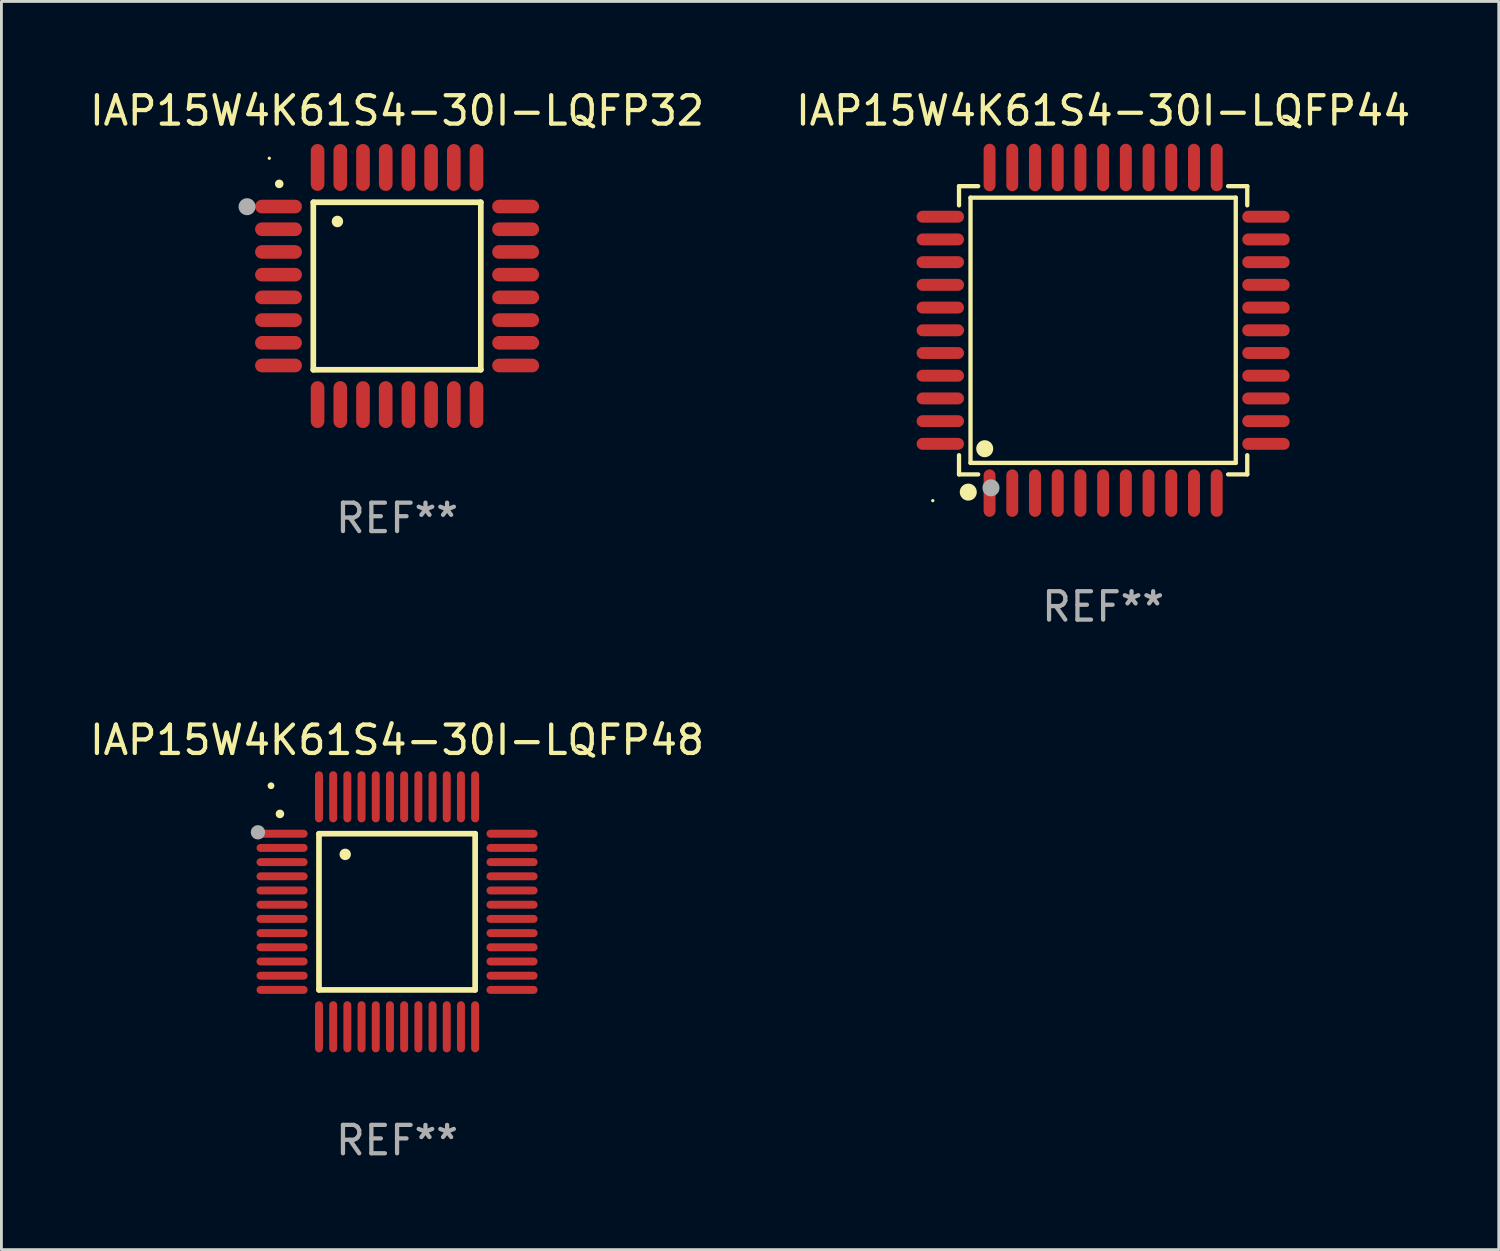
<source format=kicad_pcb>
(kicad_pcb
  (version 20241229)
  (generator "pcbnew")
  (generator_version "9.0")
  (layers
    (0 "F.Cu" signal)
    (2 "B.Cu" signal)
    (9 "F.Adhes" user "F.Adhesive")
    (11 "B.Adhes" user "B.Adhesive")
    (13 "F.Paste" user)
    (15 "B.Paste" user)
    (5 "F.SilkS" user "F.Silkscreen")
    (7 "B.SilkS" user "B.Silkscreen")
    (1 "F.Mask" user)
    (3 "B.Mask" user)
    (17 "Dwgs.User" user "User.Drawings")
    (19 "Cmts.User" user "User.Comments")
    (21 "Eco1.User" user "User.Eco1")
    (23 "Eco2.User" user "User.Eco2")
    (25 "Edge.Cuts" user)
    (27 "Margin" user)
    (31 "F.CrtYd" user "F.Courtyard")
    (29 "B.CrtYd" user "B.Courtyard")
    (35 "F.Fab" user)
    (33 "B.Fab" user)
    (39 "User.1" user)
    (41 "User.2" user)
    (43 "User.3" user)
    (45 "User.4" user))
  (footprint "IAP15W4K61S4-30I-LQFP44"
    (layer "F.Cu")
    (at 35.804 8.583)
    (property "Reference" "IAP15W4K61S4-30I-LQFP44" (at 0 -7.735 0) (layer "F.SilkS") (effects (font (size 1 1) (thickness 0.15))))
    (attr through_hole)
    (fp_line (start -5.076 -5.076) (end -4.401 -5.076) (stroke (width 0.152) (type solid)) (layer "F.SilkS"))
    (fp_line (start -5.076 -4.401) (end -5.076 -5.076) (stroke (width 0.152) (type solid)) (layer "F.SilkS"))
    (fp_line (start -5.076 4.401) (end -5.076 5.076) (stroke (width 0.152) (type solid)) (layer "F.SilkS"))
    (fp_line (start -5.076 5.076) (end -4.401 5.076) (stroke (width 0.152) (type solid)) (layer "F.SilkS"))
    (fp_line (start -4.671 -4.671) (end 4.671 -4.671) (stroke (width 0.152) (type solid)) (layer "F.SilkS"))
    (fp_line (start -4.671 4.671) (end -4.671 -4.671) (stroke (width 0.152) (type solid)) (layer "F.SilkS"))
    (fp_line (start 4.671 -4.671) (end 4.671 4.671) (stroke (width 0.152) (type solid)) (layer "F.SilkS"))
    (fp_line (start 4.671 4.671) (end -4.671 4.671) (stroke (width 0.152) (type solid)) (layer "F.SilkS"))
    (fp_line (start 5.076 -5.076) (end 4.401 -5.076) (stroke (width 0.152) (type solid)) (layer "F.SilkS"))
    (fp_line (start 5.076 -4.401) (end 5.076 -5.076) (stroke (width 0.152) (type solid)) (layer "F.SilkS"))
    (fp_line (start 5.076 4.401) (end 5.076 5.076) (stroke (width 0.152) (type solid)) (layer "F.SilkS"))
    (fp_line (start 5.076 5.076) (end 4.401 5.076) (stroke (width 0.152) (type solid)) (layer "F.SilkS"))
    (fp_circle (center -6 6) (end -5.97 6) (stroke (width 0.06) (type solid)) (fill no) (layer "F.SilkS"))
    (fp_circle (center -4.75 5.7) (end -4.6 5.7) (stroke (width 0.3) (type solid)) (fill no) (layer "F.SilkS"))
    (fp_circle (center -4.171 4.171) (end -4.021 4.171) (stroke (width 0.3) (type solid)) (fill no) (layer "F.SilkS"))
    (fp_circle (center -3.95 5.55) (end -3.8 5.55) (stroke (width 0.3) (type solid)) (fill no) (layer "F.Fab"))
    (fp_text user "REF**" (at 0 9.735 0) (layer "F.Fab") (effects (font (size 1 1) (thickness 0.15))))
    (pad "1" smd oval (at -4 5.735) (size 0.42 1.67) (layers "F.Cu" "F.Mask" "F.Paste"))
    (pad "2" smd oval (at -3.2 5.735) (size 0.42 1.67) (layers "F.Cu" "F.Mask" "F.Paste"))
    (pad "3" smd oval (at -2.4 5.735) (size 0.42 1.67) (layers "F.Cu" "F.Mask" "F.Paste"))
    (pad "4" smd oval (at -1.6 5.735) (size 0.42 1.67) (layers "F.Cu" "F.Mask" "F.Paste"))
    (pad "5" smd oval (at -0.8 5.735) (size 0.42 1.67) (layers "F.Cu" "F.Mask" "F.Paste"))
    (pad "6" smd oval (at 0 5.735) (size 0.42 1.67) (layers "F.Cu" "F.Mask" "F.Paste"))
    (pad "7" smd oval (at 0.8 5.735) (size 0.42 1.67) (layers "F.Cu" "F.Mask" "F.Paste"))
    (pad "8" smd oval (at 1.6 5.735) (size 0.42 1.67) (layers "F.Cu" "F.Mask" "F.Paste"))
    (pad "9" smd oval (at 2.4 5.735) (size 0.42 1.67) (layers "F.Cu" "F.Mask" "F.Paste"))
    (pad "10" smd oval (at 3.2 5.735) (size 0.42 1.67) (layers "F.Cu" "F.Mask" "F.Paste"))
    (pad "11" smd oval (at 4 5.735) (size 0.42 1.67) (layers "F.Cu" "F.Mask" "F.Paste"))
    (pad "12" smd oval (at 5.735 4) (size 1.67 0.42) (layers "F.Cu" "F.Mask" "F.Paste"))
    (pad "13" smd oval (at 5.735 3.2) (size 1.67 0.42) (layers "F.Cu" "F.Mask" "F.Paste"))
    (pad "14" smd oval (at 5.735 2.4) (size 1.67 0.42) (layers "F.Cu" "F.Mask" "F.Paste"))
    (pad "15" smd oval (at 5.735 1.6) (size 1.67 0.42) (layers "F.Cu" "F.Mask" "F.Paste"))
    (pad "16" smd oval (at 5.735 0.8) (size 1.67 0.42) (layers "F.Cu" "F.Mask" "F.Paste"))
    (pad "17" smd oval (at 5.735 0) (size 1.67 0.42) (layers "F.Cu" "F.Mask" "F.Paste"))
    (pad "18" smd oval (at 5.735 -0.8) (size 1.67 0.42) (layers "F.Cu" "F.Mask" "F.Paste"))
    (pad "19" smd oval (at 5.735 -1.6) (size 1.67 0.42) (layers "F.Cu" "F.Mask" "F.Paste"))
    (pad "20" smd oval (at 5.735 -2.4) (size 1.67 0.42) (layers "F.Cu" "F.Mask" "F.Paste"))
    (pad "21" smd oval (at 5.735 -3.2) (size 1.67 0.42) (layers "F.Cu" "F.Mask" "F.Paste"))
    (pad "22" smd oval (at 5.735 -4) (size 1.67 0.42) (layers "F.Cu" "F.Mask" "F.Paste"))
    (pad "23" smd oval (at 4 -5.735) (size 0.42 1.67) (layers "F.Cu" "F.Mask" "F.Paste"))
    (pad "24" smd oval (at 3.2 -5.735) (size 0.42 1.67) (layers "F.Cu" "F.Mask" "F.Paste"))
    (pad "25" smd oval (at 2.4 -5.735) (size 0.42 1.67) (layers "F.Cu" "F.Mask" "F.Paste"))
    (pad "26" smd oval (at 1.6 -5.735) (size 0.42 1.67) (layers "F.Cu" "F.Mask" "F.Paste"))
    (pad "27" smd oval (at 0.8 -5.735) (size 0.42 1.67) (layers "F.Cu" "F.Mask" "F.Paste"))
    (pad "28" smd oval (at 0 -5.735) (size 0.42 1.67) (layers "F.Cu" "F.Mask" "F.Paste"))
    (pad "29" smd oval (at -0.8 -5.735) (size 0.42 1.67) (layers "F.Cu" "F.Mask" "F.Paste"))
    (pad "30" smd oval (at -1.6 -5.735) (size 0.42 1.67) (layers "F.Cu" "F.Mask" "F.Paste"))
    (pad "31" smd oval (at -2.4 -5.735) (size 0.42 1.67) (layers "F.Cu" "F.Mask" "F.Paste"))
    (pad "32" smd oval (at -3.2 -5.735) (size 0.42 1.67) (layers "F.Cu" "F.Mask" "F.Paste"))
    (pad "33" smd oval (at -4 -5.735) (size 0.42 1.67) (layers "F.Cu" "F.Mask" "F.Paste"))
    (pad "34" smd oval (at -5.735 -4) (size 1.67 0.42) (layers "F.Cu" "F.Mask" "F.Paste"))
    (pad "35" smd oval (at -5.735 -3.2) (size 1.67 0.42) (layers "F.Cu" "F.Mask" "F.Paste"))
    (pad "36" smd oval (at -5.735 -2.4) (size 1.67 0.42) (layers "F.Cu" "F.Mask" "F.Paste"))
    (pad "37" smd oval (at -5.735 -1.6) (size 1.67 0.42) (layers "F.Cu" "F.Mask" "F.Paste"))
    (pad "38" smd oval (at -5.735 -0.8) (size 1.67 0.42) (layers "F.Cu" "F.Mask" "F.Paste"))
    (pad "39" smd oval (at -5.735 0) (size 1.67 0.42) (layers "F.Cu" "F.Mask" "F.Paste"))
    (pad "40" smd oval (at -5.735 0.8) (size 1.67 0.42) (layers "F.Cu" "F.Mask" "F.Paste"))
    (pad "41" smd oval (at -5.735 1.6) (size 1.67 0.42) (layers "F.Cu" "F.Mask" "F.Paste"))
    (pad "42" smd oval (at -5.735 2.4) (size 1.67 0.42) (layers "F.Cu" "F.Mask" "F.Paste"))
    (pad "43" smd oval (at -5.735 3.2) (size 1.67 0.42) (layers "F.Cu" "F.Mask" "F.Paste"))
    (pad "44" smd oval (at -5.735 4) (size 1.67 0.42) (layers "F.Cu" "F.Mask" "F.Paste")))
  (footprint "IAP15W4K61S4-30I-LQFP48"
    (layer "F.Cu")
    (at 10.935 29.065)
    (property "Reference" "IAP15W4K61S4-30I-LQFP48" (at 0 -6.05 0) (layer "F.SilkS") (effects (font (size 1 1) (thickness 0.15))))
    (attr through_hole)
    (fp_line (start -2.75 -2.75) (end 2.75 -2.75) (stroke (width 0.2) (type solid)) (layer "F.SilkS"))
    (fp_line (start -2.75 2.75) (end -2.75 -2.75) (stroke (width 0.2) (type solid)) (layer "F.SilkS"))
    (fp_line (start 2.75 -2.75) (end 2.75 2.75) (stroke (width 0.2) (type solid)) (layer "F.SilkS"))
    (fp_line (start 2.75 2.75) (end -2.75 2.75) (stroke (width 0.2) (type solid)) (layer "F.SilkS"))
    (fp_arc (start -4.124968 -3.446787) (mid -4.124973 -3.448057) (end -4.124968 -3.449327) (stroke (width 0.3) (type solid)) (layer "F.SilkS"))
    (fp_arc (start -1.826264 -2.021844) (mid -1.826268 -2.023114) (end -1.826264 -2.024384) (stroke (width 0.4) (type solid)) (layer "F.SilkS"))
    (fp_circle (center -4.44 -4.44) (end -4.38 -4.44) (stroke (width 0.12) (type solid)) (fill no) (layer "F.SilkS"))
    (fp_circle (center -4.9 -2.8) (end -4.773 -2.8) (stroke (width 0.254) (type solid)) (fill no) (layer "F.Fab"))
    (fp_text user "REF**" (at 0 8.05 0) (layer "F.Fab") (effects (font (size 1 1) (thickness 0.15))))
    (pad "1" smd oval (at -4.05 -2.75 90) (size 0.28 1.8) (layers "F.Cu" "F.Mask" "F.Paste"))
    (pad "2" smd oval (at -4.05 -2.25 90) (size 0.28 1.8) (layers "F.Cu" "F.Mask" "F.Paste"))
    (pad "3" smd oval (at -4.05 -1.75 90) (size 0.28 1.8) (layers "F.Cu" "F.Mask" "F.Paste"))
    (pad "4" smd oval (at -4.05 -1.25 90) (size 0.28 1.8) (layers "F.Cu" "F.Mask" "F.Paste"))
    (pad "5" smd oval (at -4.05 -0.75 90) (size 0.28 1.8) (layers "F.Cu" "F.Mask" "F.Paste"))
    (pad "6" smd oval (at -4.05 -0.25 90) (size 0.28 1.8) (layers "F.Cu" "F.Mask" "F.Paste"))
    (pad "7" smd oval (at -4.05 0.25 90) (size 0.28 1.8) (layers "F.Cu" "F.Mask" "F.Paste"))
    (pad "8" smd oval (at -4.05 0.75 90) (size 0.28 1.8) (layers "F.Cu" "F.Mask" "F.Paste"))
    (pad "9" smd oval (at -4.05 1.25 90) (size 0.28 1.8) (layers "F.Cu" "F.Mask" "F.Paste"))
    (pad "10" smd oval (at -4.05 1.75 90) (size 0.28 1.8) (layers "F.Cu" "F.Mask" "F.Paste"))
    (pad "11" smd oval (at -4.05 2.25 90) (size 0.28 1.8) (layers "F.Cu" "F.Mask" "F.Paste"))
    (pad "12" smd oval (at -4.05 2.75 90) (size 0.28 1.8) (layers "F.Cu" "F.Mask" "F.Paste"))
    (pad "13" smd oval (at -2.75 4.05) (size 0.28 1.8) (layers "F.Cu" "F.Mask" "F.Paste"))
    (pad "14" smd oval (at -2.25 4.05) (size 0.28 1.8) (layers "F.Cu" "F.Mask" "F.Paste"))
    (pad "15" smd oval (at -1.75 4.05) (size 0.28 1.8) (layers "F.Cu" "F.Mask" "F.Paste"))
    (pad "16" smd oval (at -1.25 4.05) (size 0.28 1.8) (layers "F.Cu" "F.Mask" "F.Paste"))
    (pad "17" smd oval (at -0.75 4.05) (size 0.28 1.8) (layers "F.Cu" "F.Mask" "F.Paste"))
    (pad "18" smd oval (at -0.25 4.05) (size 0.28 1.8) (layers "F.Cu" "F.Mask" "F.Paste"))
    (pad "19" smd oval (at 0.25 4.05) (size 0.28 1.8) (layers "F.Cu" "F.Mask" "F.Paste"))
    (pad "20" smd oval (at 0.75 4.05) (size 0.28 1.8) (layers "F.Cu" "F.Mask" "F.Paste"))
    (pad "21" smd oval (at 1.25 4.05) (size 0.28 1.8) (layers "F.Cu" "F.Mask" "F.Paste"))
    (pad "22" smd oval (at 1.75 4.05) (size 0.28 1.8) (layers "F.Cu" "F.Mask" "F.Paste"))
    (pad "23" smd oval (at 2.25 4.05) (size 0.28 1.8) (layers "F.Cu" "F.Mask" "F.Paste"))
    (pad "24" smd oval (at 2.75 4.05) (size 0.28 1.8) (layers "F.Cu" "F.Mask" "F.Paste"))
    (pad "25" smd oval (at 4.05 2.75 90) (size 0.28 1.8) (layers "F.Cu" "F.Mask" "F.Paste"))
    (pad "26" smd oval (at 4.05 2.25 90) (size 0.28 1.8) (layers "F.Cu" "F.Mask" "F.Paste"))
    (pad "27" smd oval (at 4.05 1.75 90) (size 0.28 1.8) (layers "F.Cu" "F.Mask" "F.Paste"))
    (pad "28" smd oval (at 4.05 1.25 90) (size 0.28 1.8) (layers "F.Cu" "F.Mask" "F.Paste"))
    (pad "29" smd oval (at 4.05 0.75 90) (size 0.28 1.8) (layers "F.Cu" "F.Mask" "F.Paste"))
    (pad "30" smd oval (at 4.05 0.25 90) (size 0.28 1.8) (layers "F.Cu" "F.Mask" "F.Paste"))
    (pad "31" smd oval (at 4.05 -0.25 90) (size 0.28 1.8) (layers "F.Cu" "F.Mask" "F.Paste"))
    (pad "32" smd oval (at 4.05 -0.75 90) (size 0.28 1.8) (layers "F.Cu" "F.Mask" "F.Paste"))
    (pad "33" smd oval (at 4.05 -1.25 90) (size 0.28 1.8) (layers "F.Cu" "F.Mask" "F.Paste"))
    (pad "34" smd oval (at 4.05 -1.75 90) (size 0.28 1.8) (layers "F.Cu" "F.Mask" "F.Paste"))
    (pad "35" smd oval (at 4.05 -2.25 90) (size 0.28 1.8) (layers "F.Cu" "F.Mask" "F.Paste"))
    (pad "36" smd oval (at 4.05 -2.75 90) (size 0.28 1.8) (layers "F.Cu" "F.Mask" "F.Paste"))
    (pad "37" smd oval (at 2.75 -4.05) (size 0.28 1.8) (layers "F.Cu" "F.Mask" "F.Paste"))
    (pad "38" smd oval (at 2.25 -4.05) (size 0.28 1.8) (layers "F.Cu" "F.Mask" "F.Paste"))
    (pad "39" smd oval (at 1.75 -4.05) (size 0.28 1.8) (layers "F.Cu" "F.Mask" "F.Paste"))
    (pad "40" smd oval (at 1.25 -4.05) (size 0.28 1.8) (layers "F.Cu" "F.Mask" "F.Paste"))
    (pad "41" smd oval (at 0.75 -4.05) (size 0.28 1.8) (layers "F.Cu" "F.Mask" "F.Paste"))
    (pad "42" smd oval (at 0.25 -4.05) (size 0.28 1.8) (layers "F.Cu" "F.Mask" "F.Paste"))
    (pad "43" smd oval (at -0.25 -4.05) (size 0.28 1.8) (layers "F.Cu" "F.Mask" "F.Paste"))
    (pad "44" smd oval (at -0.75 -4.05) (size 0.28 1.8) (layers "F.Cu" "F.Mask" "F.Paste"))
    (pad "45" smd oval (at -1.25 -4.05) (size 0.28 1.8) (layers "F.Cu" "F.Mask" "F.Paste"))
    (pad "46" smd oval (at -1.75 -4.05) (size 0.28 1.8) (layers "F.Cu" "F.Mask" "F.Paste"))
    (pad "47" smd oval (at -2.25 -4.05) (size 0.28 1.8) (layers "F.Cu" "F.Mask" "F.Paste"))
    (pad "48" smd oval (at -2.75 -4.05) (size 0.28 1.8) (layers "F.Cu" "F.Mask" "F.Paste")))
  (footprint "IAP15W4K61S4-30I-LQFP32"
    (layer "F.Cu")
    (at 10.935 7.024)
    (property "Reference" "IAP15W4K61S4-30I-LQFP32" (at 0 -6.176 0) (layer "F.SilkS") (effects (font (size 1 1) (thickness 0.15))))
    (attr through_hole)
    (fp_line (start -2.95 -2.95) (end -2.95 2.95) (stroke (width 0.2) (type solid)) (layer "F.SilkS"))
    (fp_line (start -2.95 2.95) (end 2.95 2.95) (stroke (width 0.2) (type solid)) (layer "F.SilkS"))
    (fp_line (start 2.95 -2.95) (end -2.95 -2.95) (stroke (width 0.2) (type solid)) (layer "F.SilkS"))
    (fp_line (start 2.95 2.95) (end 2.95 -2.95) (stroke (width 0.2) (type solid)) (layer "F.SilkS"))
    (fp_arc (start -4.150178 -3.596622) (mid -4.150183 -3.597892) (end -4.150178 -3.599162) (stroke (width 0.3) (type solid)) (layer "F.SilkS"))
    (fp_arc (start -2.100394 -2.270739) (mid -2.10041 -2.273279) (end -2.100394 -2.275819) (stroke (width 0.4) (type solid)) (layer "F.SilkS"))
    (fp_circle (center -4.5 -4.5) (end -4.47 -4.5) (stroke (width 0.06) (type solid)) (fill no) (layer "F.SilkS"))
    (fp_circle (center -5.283 -2.794) (end -5.133 -2.794) (stroke (width 0.3) (type solid)) (fill no) (layer "F.Fab"))
    (fp_text user "REF**" (at 0 8.176 0) (layer "F.Fab") (effects (font (size 1 1) (thickness 0.15))))
    (pad "1" smd oval (at -4.176 -2.799 90) (size 0.48 1.65) (layers "F.Cu" "F.Mask" "F.Paste"))
    (pad "2" smd oval (at -4.176 -2 90) (size 0.48 1.65) (layers "F.Cu" "F.Mask" "F.Paste"))
    (pad "3" smd oval (at -4.176 -1.2 90) (size 0.48 1.65) (layers "F.Cu" "F.Mask" "F.Paste"))
    (pad "4" smd oval (at -4.176 -0.4 90) (size 0.48 1.65) (layers "F.Cu" "F.Mask" "F.Paste"))
    (pad "5" smd oval (at -4.176 0.4 90) (size 0.48 1.65) (layers "F.Cu" "F.Mask" "F.Paste"))
    (pad "6" smd oval (at -4.176 1.2 90) (size 0.48 1.65) (layers "F.Cu" "F.Mask" "F.Paste"))
    (pad "7" smd oval (at -4.176 2 90) (size 0.48 1.65) (layers "F.Cu" "F.Mask" "F.Paste"))
    (pad "8" smd oval (at -4.176 2.799 90) (size 0.48 1.65) (layers "F.Cu" "F.Mask" "F.Paste"))
    (pad "9" smd oval (at -2.799 4.176) (size 0.48 1.65) (layers "F.Cu" "F.Mask" "F.Paste"))
    (pad "10" smd oval (at -2 4.176) (size 0.48 1.65) (layers "F.Cu" "F.Mask" "F.Paste"))
    (pad "11" smd oval (at -1.2 4.176) (size 0.48 1.65) (layers "F.Cu" "F.Mask" "F.Paste"))
    (pad "12" smd oval (at -0.4 4.176) (size 0.48 1.65) (layers "F.Cu" "F.Mask" "F.Paste"))
    (pad "13" smd oval (at 0.4 4.176) (size 0.48 1.65) (layers "F.Cu" "F.Mask" "F.Paste"))
    (pad "14" smd oval (at 1.2 4.176) (size 0.48 1.65) (layers "F.Cu" "F.Mask" "F.Paste"))
    (pad "15" smd oval (at 2 4.176) (size 0.48 1.65) (layers "F.Cu" "F.Mask" "F.Paste"))
    (pad "16" smd oval (at 2.799 4.176) (size 0.48 1.65) (layers "F.Cu" "F.Mask" "F.Paste"))
    (pad "17" smd oval (at 4.176 2.799 90) (size 0.48 1.65) (layers "F.Cu" "F.Mask" "F.Paste"))
    (pad "18" smd oval (at 4.176 2 90) (size 0.48 1.65) (layers "F.Cu" "F.Mask" "F.Paste"))
    (pad "19" smd oval (at 4.176 1.2 90) (size 0.48 1.65) (layers "F.Cu" "F.Mask" "F.Paste"))
    (pad "20" smd oval (at 4.176 0.4 90) (size 0.48 1.65) (layers "F.Cu" "F.Mask" "F.Paste"))
    (pad "21" smd oval (at 4.176 -0.4 90) (size 0.48 1.65) (layers "F.Cu" "F.Mask" "F.Paste"))
    (pad "22" smd oval (at 4.176 -1.2 90) (size 0.48 1.65) (layers "F.Cu" "F.Mask" "F.Paste"))
    (pad "23" smd oval (at 4.176 -2 90) (size 0.48 1.65) (layers "F.Cu" "F.Mask" "F.Paste"))
    (pad "24" smd oval (at 4.176 -2.799 90) (size 0.48 1.65) (layers "F.Cu" "F.Mask" "F.Paste"))
    (pad "25" smd oval (at 2.799 -4.176) (size 0.48 1.65) (layers "F.Cu" "F.Mask" "F.Paste"))
    (pad "26" smd oval (at 1.999 -4.176) (size 0.48 1.65) (layers "F.Cu" "F.Mask" "F.Paste"))
    (pad "27" smd oval (at 1.199 -4.176) (size 0.48 1.65) (layers "F.Cu" "F.Mask" "F.Paste"))
    (pad "28" smd oval (at 0.399 -4.176) (size 0.48 1.65) (layers "F.Cu" "F.Mask" "F.Paste"))
    (pad "29" smd oval (at -0.399 -4.176) (size 0.48 1.65) (layers "F.Cu" "F.Mask" "F.Paste"))
    (pad "30" smd oval (at -1.199 -4.176) (size 0.48 1.65) (layers "F.Cu" "F.Mask" "F.Paste"))
    (pad "31" smd oval (at -1.999 -4.176) (size 0.48 1.65) (layers "F.Cu" "F.Mask" "F.Paste"))
    (pad "32" smd oval (at -2.799 -4.176) (size 0.48 1.65) (layers "F.Cu" "F.Mask" "F.Paste")))
  (gr_rect
    (start -3 -3)
    (end 49.738 40.963)
    (stroke (width 0.1) (type default))
    (fill no)
    (layer "Edge.Cuts")))
</source>
